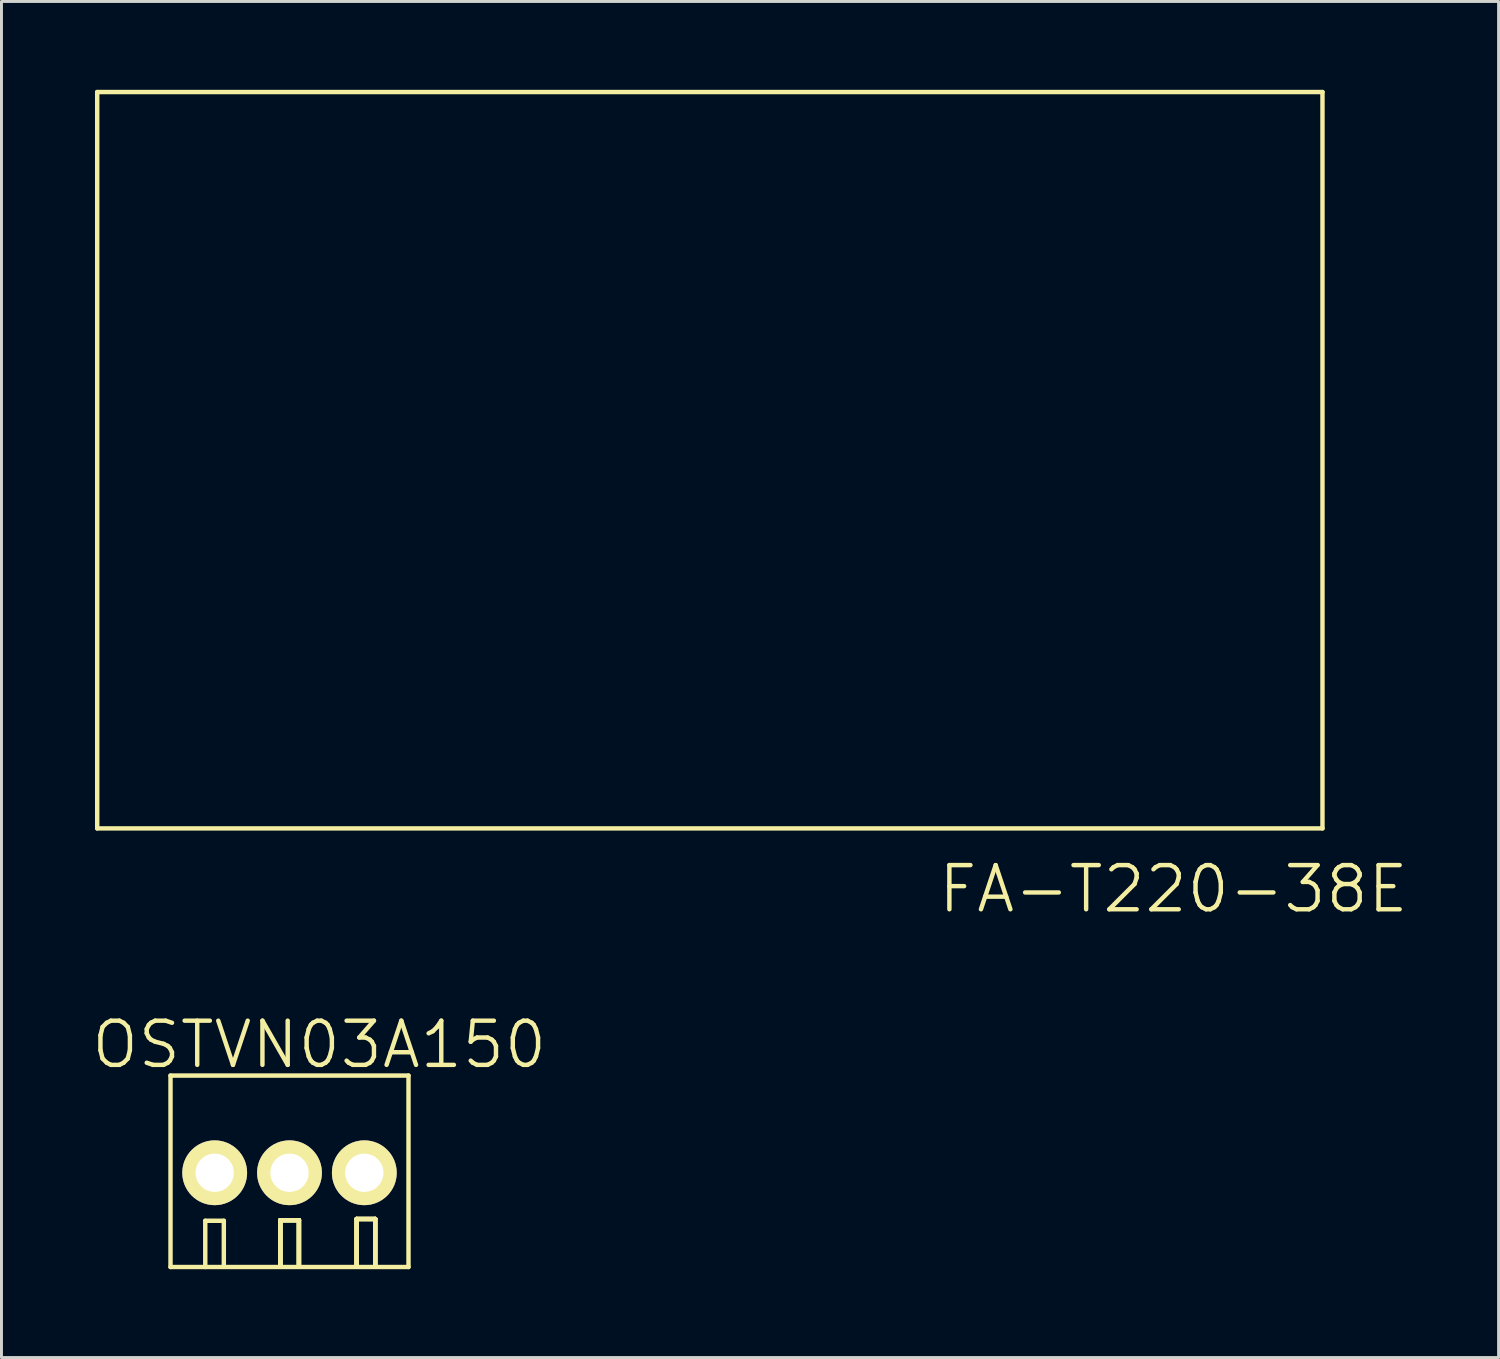
<source format=kicad_pcb>
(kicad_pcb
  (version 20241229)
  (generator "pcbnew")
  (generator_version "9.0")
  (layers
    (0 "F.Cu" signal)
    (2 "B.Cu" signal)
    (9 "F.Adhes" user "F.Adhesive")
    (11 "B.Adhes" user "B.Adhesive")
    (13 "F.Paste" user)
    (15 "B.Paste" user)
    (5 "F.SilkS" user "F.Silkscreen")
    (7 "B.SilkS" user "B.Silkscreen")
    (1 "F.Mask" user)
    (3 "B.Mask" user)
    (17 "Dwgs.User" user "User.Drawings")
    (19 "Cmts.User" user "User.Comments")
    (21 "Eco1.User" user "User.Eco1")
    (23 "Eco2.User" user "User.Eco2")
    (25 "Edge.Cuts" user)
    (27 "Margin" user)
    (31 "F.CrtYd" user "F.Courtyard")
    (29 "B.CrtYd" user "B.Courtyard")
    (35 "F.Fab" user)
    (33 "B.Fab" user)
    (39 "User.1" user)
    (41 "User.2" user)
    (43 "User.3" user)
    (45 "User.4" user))
  (footprint "FA-T220-38E"
    (layer "F.Cu")
    (at 0.25 25.075)
    (property "Reference" "FA-T220-38E" (at 36.54 2.06 0) (layer "F.SilkS") (effects (font (size 1.5 1.5) (thickness 0.15))))
    (attr through_hole)
    (fp_line (start 0 0) (end 0 -25) (stroke (width 0.15) (type solid)) (layer "F.SilkS"))
    (fp_line (start 0 0) (end 41.6 0) (stroke (width 0.15) (type solid)) (layer "F.SilkS"))
    (fp_line (start 41.6 -25) (end 0 -25) (stroke (width 0.15) (type solid)) (layer "F.SilkS"))
    (fp_line (start 41.6 0) (end 41.6 -25) (stroke (width 0.15) (type solid)) (layer "F.SilkS")))
  (footprint "OSTVN03A150"
    (layer "F.Cu")
    (at 6.779 36.717)
    (property "Reference" "OSTVN03A150" (at 1.01 -4.3 0) (layer "F.SilkS") (effects (font (size 1.5 1.5) (thickness 0.15))))
    (attr through_hole)
    (fp_line (start -4.04 -3.25) (end -4.04 3.25) (stroke (width 0.15) (type solid)) (layer "F.SilkS"))
    (fp_line (start -4.04 -3.25) (end 4.04 -3.25) (stroke (width 0.15) (type solid)) (layer "F.SilkS"))
    (fp_line (start -4.04 3.25) (end 4.04 3.25) (stroke (width 0.15) (type solid)) (layer "F.SilkS"))
    (fp_line (start -2.86 1.68) (end -2.23 1.68) (stroke (width 0.15) (type solid)) (layer "F.SilkS"))
    (fp_line (start -2.86 3.25) (end -2.86 1.68) (stroke (width 0.15) (type solid)) (layer "F.SilkS"))
    (fp_line (start -2.23 1.68) (end -2.23 3.24) (stroke (width 0.15) (type solid)) (layer "F.SilkS"))
    (fp_line (start -0.31 1.66) (end 0.32 1.66) (stroke (width 0.15) (type solid)) (layer "F.SilkS"))
    (fp_line (start -0.31 1.66) (end 0.32 1.66) (stroke (width 0.15) (type solid)) (layer "F.SilkS"))
    (fp_line (start -0.31 1.66) (end 0.32 1.66) (stroke (width 0.15) (type solid)) (layer "F.SilkS"))
    (fp_line (start -0.31 1.66) (end 0.32 1.66) (stroke (width 0.15) (type solid)) (layer "F.SilkS"))
    (fp_line (start -0.31 3.23) (end -0.31 1.66) (stroke (width 0.15) (type solid)) (layer "F.SilkS"))
    (fp_line (start -0.31 3.23) (end -0.31 1.66) (stroke (width 0.15) (type solid)) (layer "F.SilkS"))
    (fp_line (start -0.31 3.23) (end -0.31 1.66) (stroke (width 0.15) (type solid)) (layer "F.SilkS"))
    (fp_line (start -0.31 3.23) (end -0.31 1.66) (stroke (width 0.15) (type solid)) (layer "F.SilkS"))
    (fp_line (start 0.32 1.66) (end 0.32 3.22) (stroke (width 0.15) (type solid)) (layer "F.SilkS"))
    (fp_line (start 0.32 1.66) (end 0.32 3.22) (stroke (width 0.15) (type solid)) (layer "F.SilkS"))
    (fp_line (start 0.32 1.66) (end 0.32 3.22) (stroke (width 0.15) (type solid)) (layer "F.SilkS"))
    (fp_line (start 0.32 1.66) (end 0.32 3.22) (stroke (width 0.15) (type solid)) (layer "F.SilkS"))
    (fp_line (start 2.28 1.62) (end 2.91 1.62) (stroke (width 0.15) (type solid)) (layer "F.SilkS"))
    (fp_line (start 2.28 1.62) (end 2.91 1.62) (stroke (width 0.15) (type solid)) (layer "F.SilkS"))
    (fp_line (start 2.28 1.62) (end 2.91 1.62) (stroke (width 0.15) (type solid)) (layer "F.SilkS"))
    (fp_line (start 2.28 1.62) (end 2.91 1.62) (stroke (width 0.15) (type solid)) (layer "F.SilkS"))
    (fp_line (start 2.28 3.19) (end 2.28 1.62) (stroke (width 0.15) (type solid)) (layer "F.SilkS"))
    (fp_line (start 2.28 3.19) (end 2.28 1.62) (stroke (width 0.15) (type solid)) (layer "F.SilkS"))
    (fp_line (start 2.28 3.19) (end 2.28 1.62) (stroke (width 0.15) (type solid)) (layer "F.SilkS"))
    (fp_line (start 2.28 3.19) (end 2.28 1.62) (stroke (width 0.15) (type solid)) (layer "F.SilkS"))
    (fp_line (start 2.91 1.62) (end 2.91 3.18) (stroke (width 0.15) (type solid)) (layer "F.SilkS"))
    (fp_line (start 2.91 1.62) (end 2.91 3.18) (stroke (width 0.15) (type solid)) (layer "F.SilkS"))
    (fp_line (start 2.91 1.62) (end 2.91 3.18) (stroke (width 0.15) (type solid)) (layer "F.SilkS"))
    (fp_line (start 2.91 1.62) (end 2.91 3.18) (stroke (width 0.15) (type solid)) (layer "F.SilkS"))
    (fp_line (start 4.04 3.25) (end 4.04 -3.25) (stroke (width 0.15) (type solid)) (layer "F.SilkS"))
    (pad "1" thru_hole circle (at -2.54 0.05) (size 2.2 2.2) (drill 1.3) (layers "*.Cu" "*.Mask" "F.SilkS"))
    (pad "2" thru_hole circle (at 0 0.05) (size 2.2 2.2) (drill 1.3) (layers "*.Cu" "*.Mask" "F.SilkS"))
    (pad "3" thru_hole circle (at 2.54 0.05) (size 2.2 2.2) (drill 1.3) (layers "*.Cu" "*.Mask" "F.SilkS")))
  (gr_rect
    (start -3 -3)
    (end 47.829 43.041)
    (stroke (width 0.1) (type default))
    (fill no)
    (layer "Edge.Cuts")))
</source>
